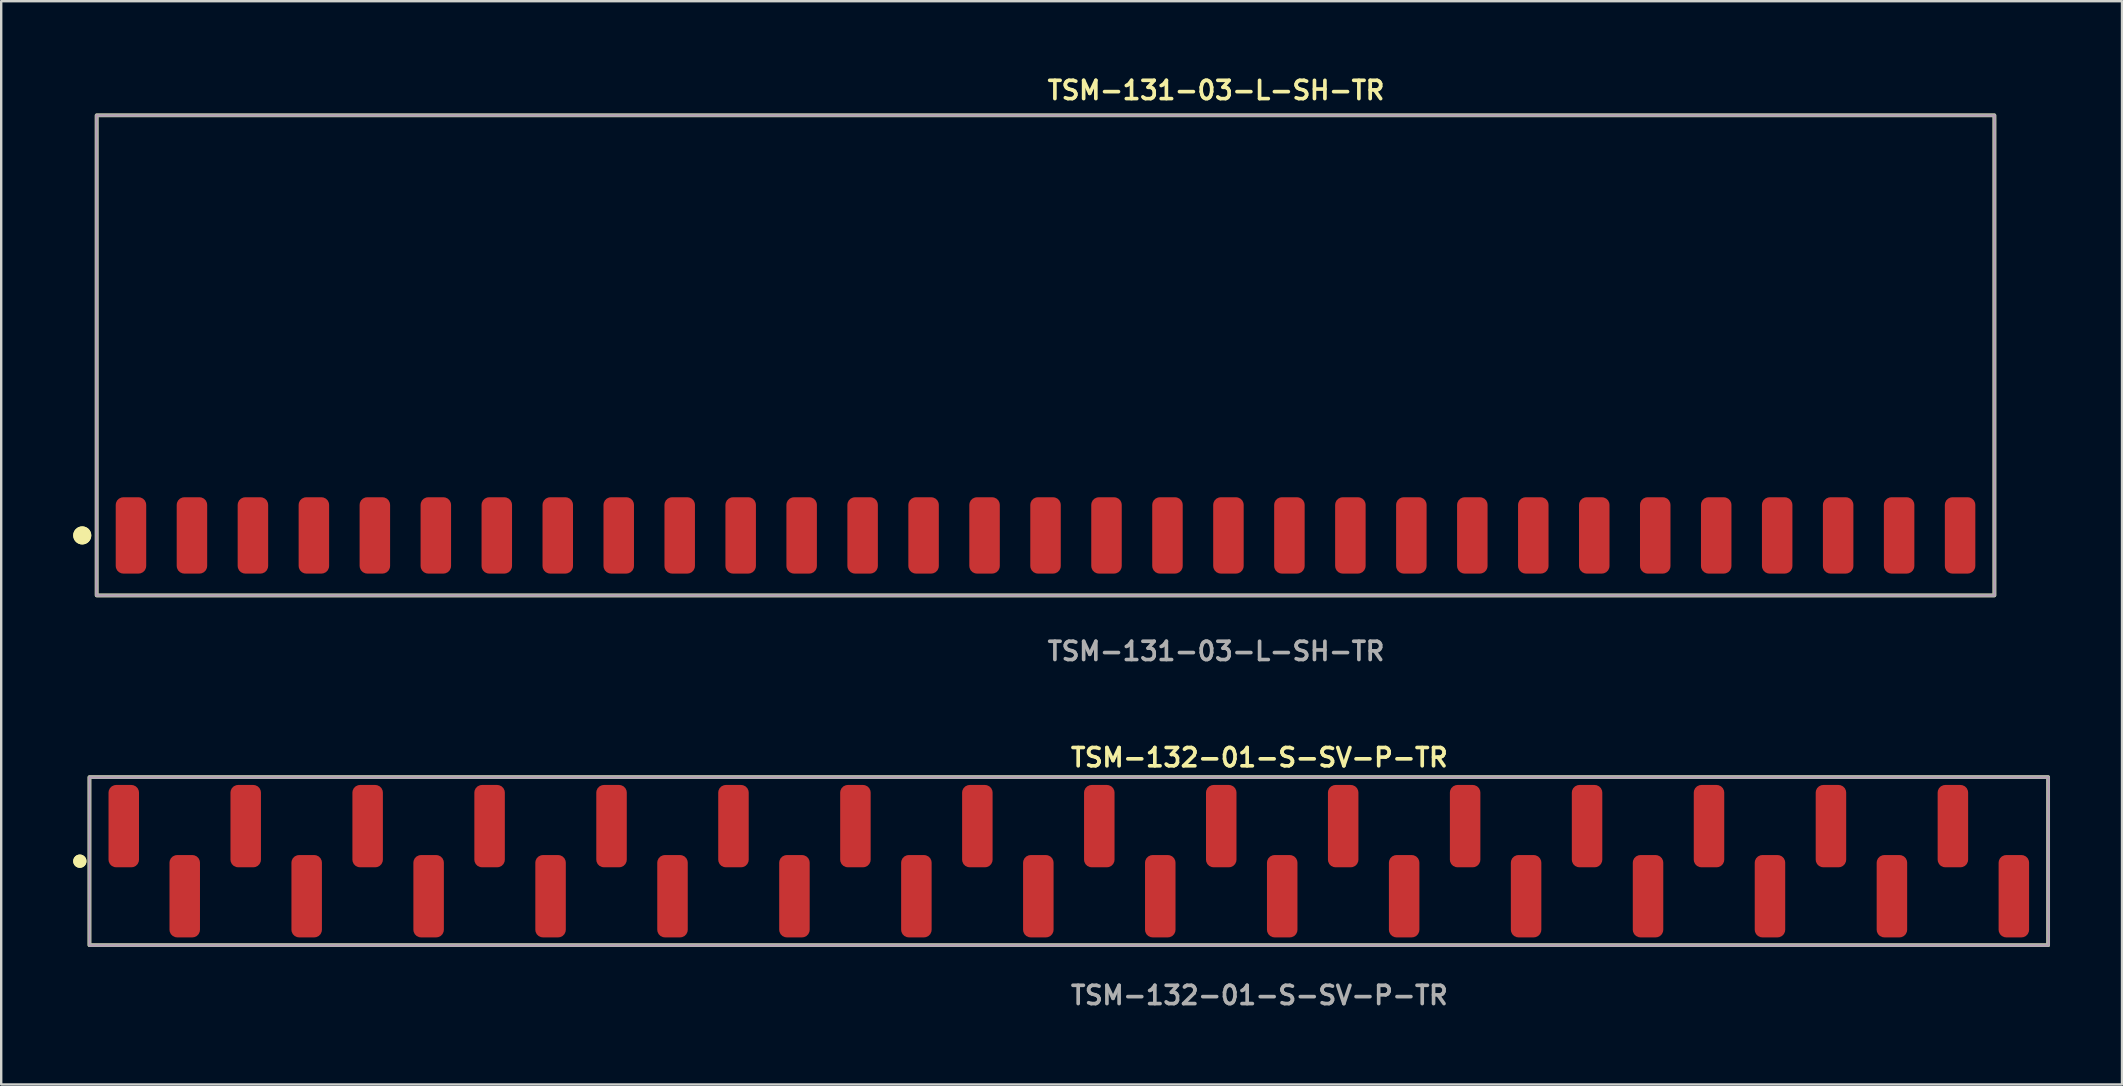
<source format=kicad_pcb>
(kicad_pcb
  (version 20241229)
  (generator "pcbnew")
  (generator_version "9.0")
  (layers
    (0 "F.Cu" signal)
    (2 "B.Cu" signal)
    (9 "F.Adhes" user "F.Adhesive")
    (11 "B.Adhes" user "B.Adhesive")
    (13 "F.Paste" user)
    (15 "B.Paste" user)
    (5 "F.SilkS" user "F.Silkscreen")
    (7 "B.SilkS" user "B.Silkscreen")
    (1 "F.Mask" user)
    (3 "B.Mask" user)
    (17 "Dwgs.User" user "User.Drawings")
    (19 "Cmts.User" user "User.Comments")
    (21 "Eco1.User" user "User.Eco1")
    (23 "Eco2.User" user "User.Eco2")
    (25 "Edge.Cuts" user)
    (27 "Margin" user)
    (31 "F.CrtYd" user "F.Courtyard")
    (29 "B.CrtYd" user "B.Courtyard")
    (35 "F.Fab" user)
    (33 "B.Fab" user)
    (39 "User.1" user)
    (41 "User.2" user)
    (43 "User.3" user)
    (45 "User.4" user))
  (footprint "TSM-131-03-L-SH-TR"
    (layer "F.Cu")
    (at 40.506 19.255)
    (property "Reference" "TSM-131-03-L-SH-TR" (at 0 -18.542 0) (unlocked yes) (layer "F.SilkS") (effects (font (size 0.762 0.762) (thickness 0.152)) (justify left)))
    (fp_rect (start -39.53 2.5) (end 39.53 -17.5) (stroke (width 0.152) (type solid)) (fill no) (layer "F.SilkS"))
    (fp_circle (center -40.13 0) (end -40.43 0) (stroke (width 0.152) (type solid)) (fill yes) (layer "F.SilkS"))
    (fp_circle (center -40.13 0) (end -40.43 0) (stroke (width 0.152) (type solid)) (fill yes) (layer "F.SilkS"))
    (fp_rect (start -39.53 2.5) (end 39.53 -17.5) (stroke (width 0.006) (type solid)) (fill no) (layer "F.CrtYd"))
    (fp_rect (start -39.53 2.5) (end 39.53 -17.5) (stroke (width 0.152) (type solid)) (fill no) (layer "F.Fab"))
    (fp_text user "${REFERENCE}" (at 0 4.826 0) (unlocked yes) (layer "F.Fab") (effects (font (size 0.762 0.762) (thickness 0.152)) (justify left)))
    (pad "1" smd roundrect (at -38.1 0) (size 1.27 3.18) (layers "F.Cu" "F.Paste") (roundrect_rratio 0.25))
    (pad "2" smd roundrect (at -35.56 0) (size 1.27 3.18) (layers "F.Cu" "F.Paste") (roundrect_rratio 0.25))
    (pad "3" smd roundrect (at -33.02 0) (size 1.27 3.18) (layers "F.Cu" "F.Paste") (roundrect_rratio 0.25))
    (pad "4" smd roundrect (at -30.48 0) (size 1.27 3.18) (layers "F.Cu" "F.Paste") (roundrect_rratio 0.25))
    (pad "5" smd roundrect (at -27.94 0) (size 1.27 3.18) (layers "F.Cu" "F.Paste") (roundrect_rratio 0.25))
    (pad "6" smd roundrect (at -25.4 0) (size 1.27 3.18) (layers "F.Cu" "F.Paste") (roundrect_rratio 0.25))
    (pad "7" smd roundrect (at -22.86 0) (size 1.27 3.18) (layers "F.Cu" "F.Paste") (roundrect_rratio 0.25))
    (pad "8" smd roundrect (at -20.32 0) (size 1.27 3.18) (layers "F.Cu" "F.Paste") (roundrect_rratio 0.25))
    (pad "9" smd roundrect (at -17.78 0) (size 1.27 3.18) (layers "F.Cu" "F.Paste") (roundrect_rratio 0.25))
    (pad "10" smd roundrect (at -15.24 0) (size 1.27 3.18) (layers "F.Cu" "F.Paste") (roundrect_rratio 0.25))
    (pad "11" smd roundrect (at -12.7 0) (size 1.27 3.18) (layers "F.Cu" "F.Paste") (roundrect_rratio 0.25))
    (pad "12" smd roundrect (at -10.16 0) (size 1.27 3.18) (layers "F.Cu" "F.Paste") (roundrect_rratio 0.25))
    (pad "13" smd roundrect (at -7.62 0) (size 1.27 3.18) (layers "F.Cu" "F.Paste") (roundrect_rratio 0.25))
    (pad "14" smd roundrect (at -5.08 0) (size 1.27 3.18) (layers "F.Cu" "F.Paste") (roundrect_rratio 0.25))
    (pad "15" smd roundrect (at -2.54 0) (size 1.27 3.18) (layers "F.Cu" "F.Paste") (roundrect_rratio 0.25))
    (pad "16" smd roundrect (at 0 0) (size 1.27 3.18) (layers "F.Cu" "F.Paste") (roundrect_rratio 0.25))
    (pad "17" smd roundrect (at 2.54 0) (size 1.27 3.18) (layers "F.Cu" "F.Paste") (roundrect_rratio 0.25))
    (pad "18" smd roundrect (at 5.08 0) (size 1.27 3.18) (layers "F.Cu" "F.Paste") (roundrect_rratio 0.25))
    (pad "19" smd roundrect (at 7.62 0) (size 1.27 3.18) (layers "F.Cu" "F.Paste") (roundrect_rratio 0.25))
    (pad "20" smd roundrect (at 10.16 0) (size 1.27 3.18) (layers "F.Cu" "F.Paste") (roundrect_rratio 0.25))
    (pad "21" smd roundrect (at 12.7 0) (size 1.27 3.18) (layers "F.Cu" "F.Paste") (roundrect_rratio 0.25))
    (pad "22" smd roundrect (at 15.24 0) (size 1.27 3.18) (layers "F.Cu" "F.Paste") (roundrect_rratio 0.25))
    (pad "23" smd roundrect (at 17.78 0) (size 1.27 3.18) (layers "F.Cu" "F.Paste") (roundrect_rratio 0.25))
    (pad "24" smd roundrect (at 20.32 0) (size 1.27 3.18) (layers "F.Cu" "F.Paste") (roundrect_rratio 0.25))
    (pad "25" smd roundrect (at 22.86 0) (size 1.27 3.18) (layers "F.Cu" "F.Paste") (roundrect_rratio 0.25))
    (pad "26" smd roundrect (at 25.4 0) (size 1.27 3.18) (layers "F.Cu" "F.Paste") (roundrect_rratio 0.25))
    (pad "27" smd roundrect (at 27.94 0) (size 1.27 3.18) (layers "F.Cu" "F.Paste") (roundrect_rratio 0.25))
    (pad "28" smd roundrect (at 30.48 0) (size 1.27 3.18) (layers "F.Cu" "F.Paste") (roundrect_rratio 0.25))
    (pad "29" smd roundrect (at 33.02 0) (size 1.27 3.18) (layers "F.Cu" "F.Paste") (roundrect_rratio 0.25))
    (pad "30" smd roundrect (at 35.56 0) (size 1.27 3.18) (layers "F.Cu" "F.Paste") (roundrect_rratio 0.25))
    (pad "31" smd roundrect (at 38.1 0) (size 1.27 3.18) (layers "F.Cu" "F.Paste") (roundrect_rratio 0.25)))
  (footprint "TSM-132-01-S-SV-P-TR"
    (layer "F.Cu")
    (at 41.476 32.826)
    (property "Reference" "TSM-132-01-S-SV-P-TR" (at 0 -4.318 0) (unlocked yes) (layer "F.SilkS") (effects (font (size 0.762 0.762) (thickness 0.152)) (justify left)))
    (fp_rect (start -40.8 3.5) (end 40.8 -3.5) (stroke (width 0.152) (type solid)) (fill no) (layer "F.SilkS"))
    (fp_circle (center -41.2 0) (end -41.4 0) (stroke (width 0.152) (type solid)) (fill yes) (layer "F.SilkS"))
    (fp_circle (center -41.2 0) (end -41.4 0) (stroke (width 0.152) (type solid)) (fill yes) (layer "F.SilkS"))
    (fp_rect (start -40.8 3.5) (end 40.8 -3.5) (stroke (width 0.006) (type solid)) (fill no) (layer "F.CrtYd"))
    (fp_rect (start -40.8 3.5) (end 40.8 -3.5) (stroke (width 0.152) (type solid)) (fill no) (layer "F.Fab"))
    (fp_text user "${REFERENCE}" (at 0 5.588 0) (unlocked yes) (layer "F.Fab") (effects (font (size 0.762 0.762) (thickness 0.152)) (justify left)))
    (pad "1" smd roundrect (at -39.37 -1.46) (size 1.27 3.43) (layers "F.Cu" "F.Paste") (roundrect_rratio 0.25))
    (pad "2" smd roundrect (at -36.83 1.46) (size 1.27 3.43) (layers "F.Cu" "F.Paste") (roundrect_rratio 0.25))
    (pad "3" smd roundrect (at -34.29 -1.46) (size 1.27 3.43) (layers "F.Cu" "F.Paste") (roundrect_rratio 0.25))
    (pad "4" smd roundrect (at -31.75 1.46) (size 1.27 3.43) (layers "F.Cu" "F.Paste") (roundrect_rratio 0.25))
    (pad "5" smd roundrect (at -29.21 -1.46) (size 1.27 3.43) (layers "F.Cu" "F.Paste") (roundrect_rratio 0.25))
    (pad "6" smd roundrect (at -26.67 1.46) (size 1.27 3.43) (layers "F.Cu" "F.Paste") (roundrect_rratio 0.25))
    (pad "7" smd roundrect (at -24.13 -1.46) (size 1.27 3.43) (layers "F.Cu" "F.Paste") (roundrect_rratio 0.25))
    (pad "8" smd roundrect (at -21.59 1.46) (size 1.27 3.43) (layers "F.Cu" "F.Paste") (roundrect_rratio 0.25))
    (pad "9" smd roundrect (at -19.05 -1.46) (size 1.27 3.43) (layers "F.Cu" "F.Paste") (roundrect_rratio 0.25))
    (pad "10" smd roundrect (at -16.51 1.46) (size 1.27 3.43) (layers "F.Cu" "F.Paste") (roundrect_rratio 0.25))
    (pad "11" smd roundrect (at -13.97 -1.46) (size 1.27 3.43) (layers "F.Cu" "F.Paste") (roundrect_rratio 0.25))
    (pad "12" smd roundrect (at -11.43 1.46) (size 1.27 3.43) (layers "F.Cu" "F.Paste") (roundrect_rratio 0.25))
    (pad "13" smd roundrect (at -8.89 -1.46) (size 1.27 3.43) (layers "F.Cu" "F.Paste") (roundrect_rratio 0.25))
    (pad "14" smd roundrect (at -6.35 1.46) (size 1.27 3.43) (layers "F.Cu" "F.Paste") (roundrect_rratio 0.25))
    (pad "15" smd roundrect (at -3.81 -1.46) (size 1.27 3.43) (layers "F.Cu" "F.Paste") (roundrect_rratio 0.25))
    (pad "16" smd roundrect (at -1.27 1.46) (size 1.27 3.43) (layers "F.Cu" "F.Paste") (roundrect_rratio 0.25))
    (pad "17" smd roundrect (at 1.27 -1.46) (size 1.27 3.43) (layers "F.Cu" "F.Paste") (roundrect_rratio 0.25))
    (pad "18" smd roundrect (at 3.81 1.46) (size 1.27 3.43) (layers "F.Cu" "F.Paste") (roundrect_rratio 0.25))
    (pad "19" smd roundrect (at 6.35 -1.46) (size 1.27 3.43) (layers "F.Cu" "F.Paste") (roundrect_rratio 0.25))
    (pad "20" smd roundrect (at 8.89 1.46) (size 1.27 3.43) (layers "F.Cu" "F.Paste") (roundrect_rratio 0.25))
    (pad "21" smd roundrect (at 11.43 -1.46) (size 1.27 3.43) (layers "F.Cu" "F.Paste") (roundrect_rratio 0.25))
    (pad "22" smd roundrect (at 13.97 1.46) (size 1.27 3.43) (layers "F.Cu" "F.Paste") (roundrect_rratio 0.25))
    (pad "23" smd roundrect (at 16.51 -1.46) (size 1.27 3.43) (layers "F.Cu" "F.Paste") (roundrect_rratio 0.25))
    (pad "24" smd roundrect (at 19.05 1.46) (size 1.27 3.43) (layers "F.Cu" "F.Paste") (roundrect_rratio 0.25))
    (pad "25" smd roundrect (at 21.59 -1.46) (size 1.27 3.43) (layers "F.Cu" "F.Paste") (roundrect_rratio 0.25))
    (pad "26" smd roundrect (at 24.13 1.46) (size 1.27 3.43) (layers "F.Cu" "F.Paste") (roundrect_rratio 0.25))
    (pad "27" smd roundrect (at 26.67 -1.46) (size 1.27 3.43) (layers "F.Cu" "F.Paste") (roundrect_rratio 0.25))
    (pad "28" smd roundrect (at 29.21 1.46) (size 1.27 3.43) (layers "F.Cu" "F.Paste") (roundrect_rratio 0.25))
    (pad "29" smd roundrect (at 31.75 -1.46) (size 1.27 3.43) (layers "F.Cu" "F.Paste") (roundrect_rratio 0.25))
    (pad "30" smd roundrect (at 34.29 1.46) (size 1.27 3.43) (layers "F.Cu" "F.Paste") (roundrect_rratio 0.25))
    (pad "31" smd roundrect (at 36.83 -1.46) (size 1.27 3.43) (layers "F.Cu" "F.Paste") (roundrect_rratio 0.25))
    (pad "32" smd roundrect (at 39.37 1.46) (size 1.27 3.43) (layers "F.Cu" "F.Paste") (roundrect_rratio 0.25)))
  (gr_rect
    (start -3 -3)
    (end 85.352 42.127)
    (stroke (width 0.1) (type default))
    (fill no)
    (layer "Edge.Cuts")))
</source>
